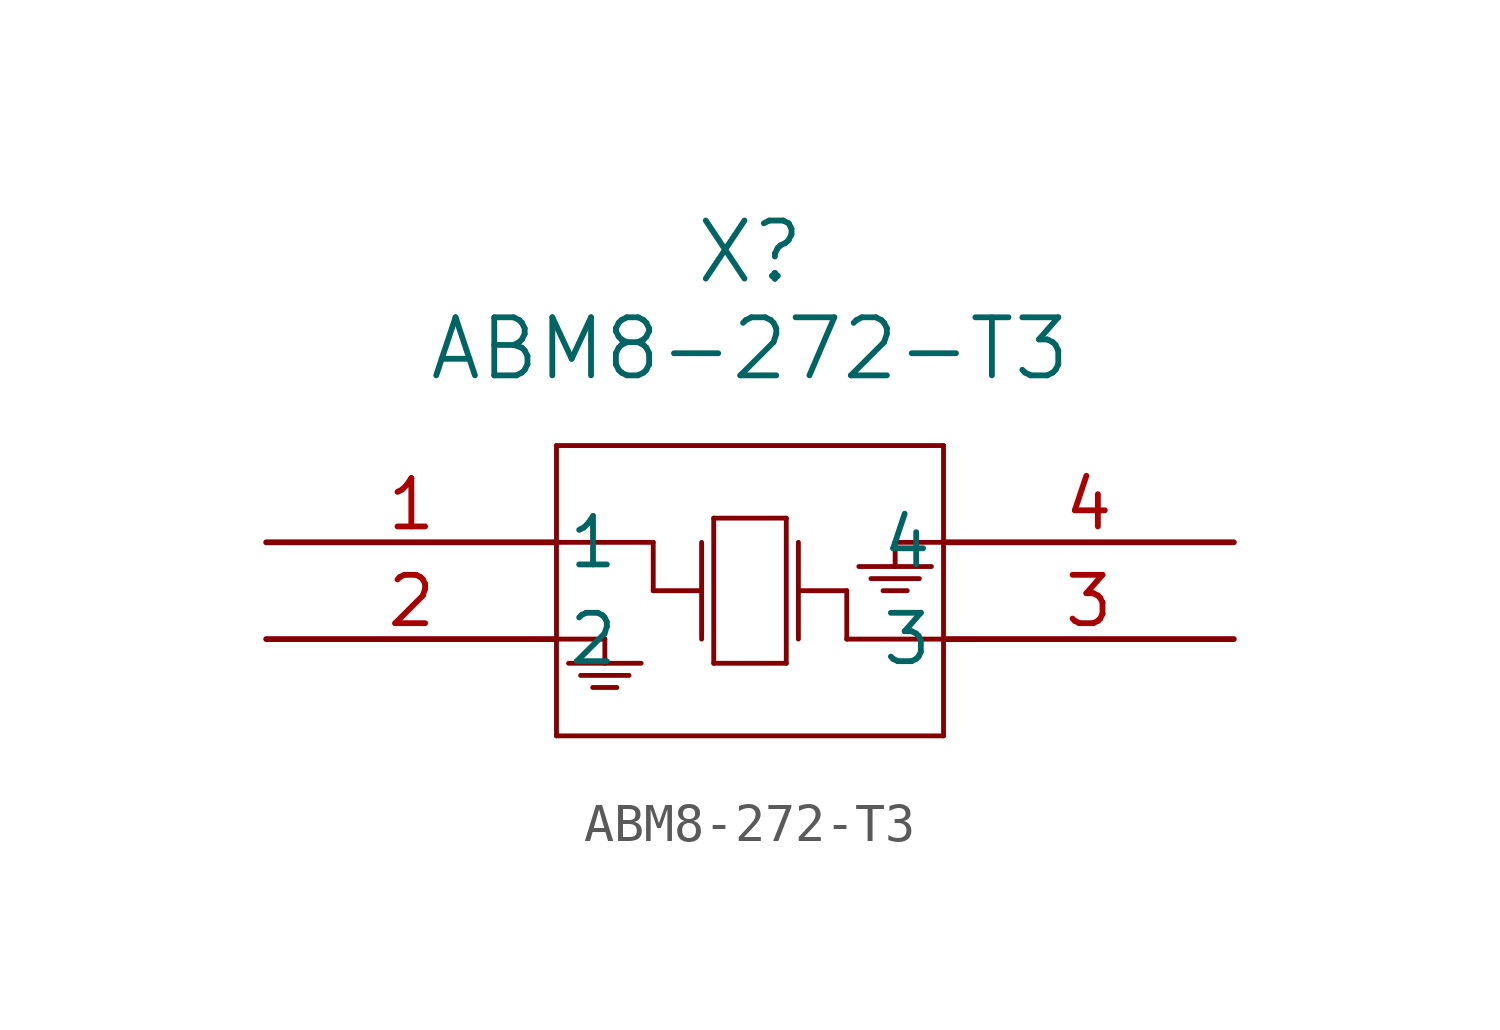
<source format=kicad_sym>
(kicad_symbol_lib
  (version 20241209)
  (generator "kicad_symbol_editor")
  (generator_version "9.0")
  (symbol "ABM8-272-T3"
    (pin_names
      (offset 0.254))
    (property "Reference" "X"
      (at 12.7 7.62 0)
      (effects (font (size 1.524 1.524))))
    (property "Value" "ABM8-272-T3"
      (at 12.7 5.08 0)
      (effects (font (size 1.524 1.524))))
    (property "ki_locked" ""
      (at 0 0 0)
      (effects (font (size 1.27 1.27))))
    (symbol "ABM8-272-T3_0_1"
      (polyline (pts (xy 7.62 2.54) (xy 7.62 -5.08)) (stroke (width 0.127) (type default)) (fill (type none)))
      (polyline (pts (xy 7.62 -2.54) (xy 8.89 -2.54)) (stroke (width 0.127) (type default)) (fill (type none)))
      (polyline (pts (xy 7.62 -5.08) (xy 17.78 -5.08)) (stroke (width 0.127) (type default)) (fill (type none)))
      (polyline (pts (xy 7.938 -3.175) (xy 9.842 -3.175)) (stroke (width 0.127) (type default)) (fill (type none)))
      (polyline (pts (xy 8.255 -3.493) (xy 9.525 -3.493)) (stroke (width 0.127) (type default)) (fill (type none)))
      (polyline (pts (xy 8.572 -3.81) (xy 9.207 -3.81)) (stroke (width 0.127) (type default)) (fill (type none)))
      (polyline (pts (xy 8.89 -2.54) (xy 8.89 -3.175)) (stroke (width 0.127) (type default)) (fill (type none)))
      (polyline (pts (xy 10.16 0) (xy 7.62 0)) (stroke (width 0.127) (type default)) (fill (type none)))
      (polyline (pts (xy 10.16 -1.27) (xy 10.16 0)) (stroke (width 0.127) (type default)) (fill (type none)))
      (polyline (pts (xy 11.43 0) (xy 11.43 -2.54)) (stroke (width 0.127) (type default)) (fill (type none)))
      (polyline (pts (xy 11.43 -1.27) (xy 10.16 -1.27)) (stroke (width 0.127) (type default)) (fill (type none)))
      (polyline (pts (xy 11.748 0.635) (xy 11.748 -3.175)) (stroke (width 0.127) (type default)) (fill (type none)))
      (polyline (pts (xy 11.748 -3.175) (xy 13.652 -3.175)) (stroke (width 0.127) (type default)) (fill (type none)))
      (polyline (pts (xy 13.652 0.635) (xy 11.748 0.635)) (stroke (width 0.127) (type default)) (fill (type none)))
      (polyline (pts (xy 13.652 -3.175) (xy 13.652 0.635)) (stroke (width 0.127) (type default)) (fill (type none)))
      (polyline (pts (xy 13.97 0) (xy 13.97 -2.54)) (stroke (width 0.127) (type default)) (fill (type none)))
      (polyline (pts (xy 13.97 -1.27) (xy 15.24 -1.27)) (stroke (width 0.127) (type default)) (fill (type none)))
      (polyline (pts (xy 15.24 -1.27) (xy 15.24 -2.54)) (stroke (width 0.127) (type default)) (fill (type none)))
      (polyline (pts (xy 15.24 -2.54) (xy 17.78 -2.54)) (stroke (width 0.127) (type default)) (fill (type none)))
      (polyline (pts (xy 16.51 0) (xy 16.51 -0.635)) (stroke (width 0.127) (type default)) (fill (type none)))
      (polyline (pts (xy 16.828 -1.27) (xy 16.192 -1.27)) (stroke (width 0.127) (type default)) (fill (type none)))
      (polyline (pts (xy 17.145 -0.953) (xy 15.875 -0.953)) (stroke (width 0.127) (type default)) (fill (type none)))
      (polyline (pts (xy 17.462 -0.635) (xy 15.557 -0.635)) (stroke (width 0.127) (type default)) (fill (type none)))
      (polyline (pts (xy 17.78 2.54) (xy 7.62 2.54)) (stroke (width 0.127) (type default)) (fill (type none)))
      (polyline (pts (xy 17.78 0) (xy 16.51 0)) (stroke (width 0.127) (type default)) (fill (type none)))
      (polyline (pts (xy 17.78 -5.08) (xy 17.78 2.54)) (stroke (width 0.127) (type default)) (fill (type none))))
    (symbol "ABM8-272-T3_1_1"
      (pin passive line (at 0 0 0) (length 7.62) (name "1" (effects (font (size 1.27 1.27)))) (number "1" (effects (font (size 1.27 1.27)))))
      (pin passive line (at 0 -2.54 0) (length 7.62) (name "2" (effects (font (size 1.27 1.27)))) (number "2" (effects (font (size 1.27 1.27)))))
      (pin passive line (at 25.4 0 180) (length 7.62) (name "4" (effects (font (size 1.27 1.27)))) (number "4" (effects (font (size 1.27 1.27)))))
      (pin passive line (at 25.4 -2.54 180) (length 7.62) (name "3" (effects (font (size 1.27 1.27)))) (number "3" (effects (font (size 1.27 1.27))))))))
</source>
